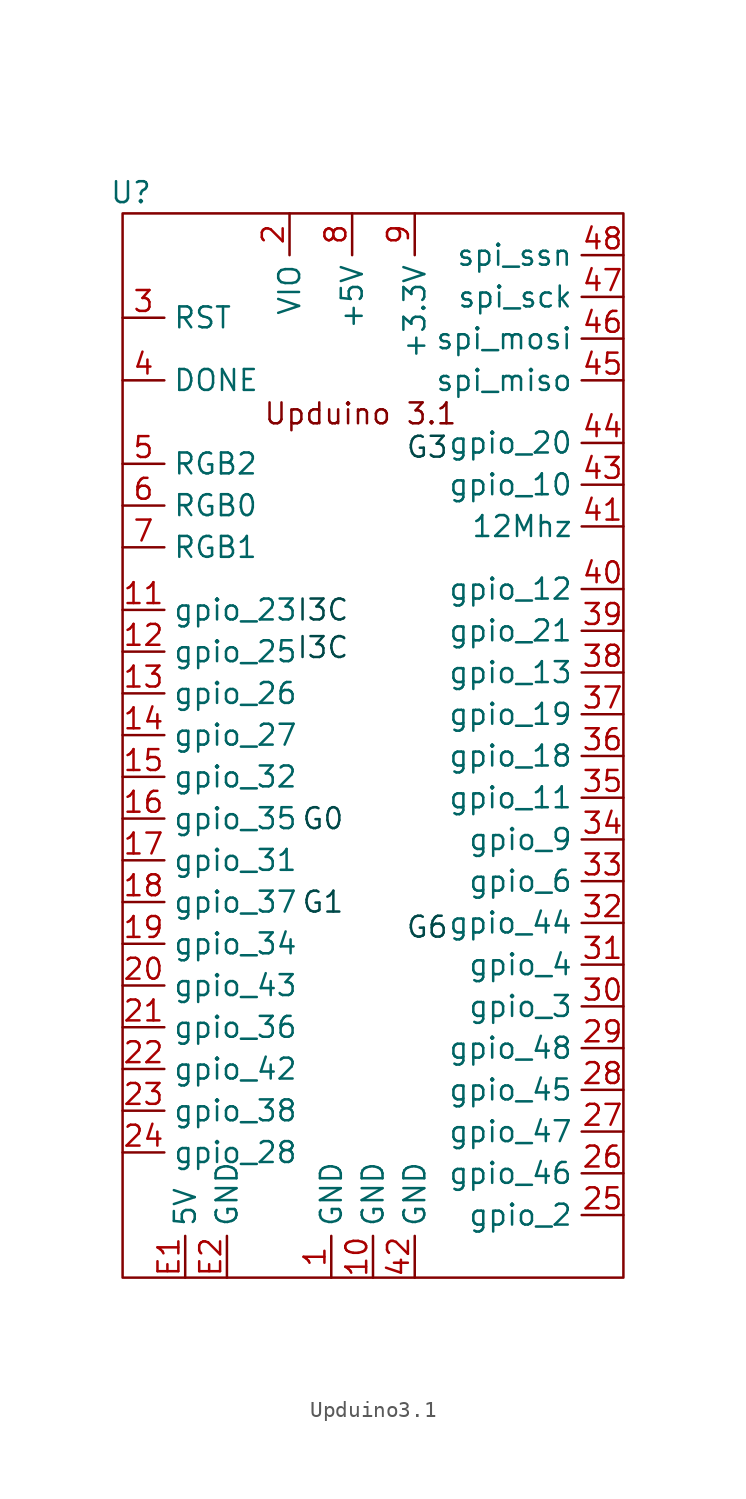
<source format=kicad_sym>
(kicad_symbol_lib
  (version 20231120)
  (generator "kicad_symbol_editor")
  (generator_version "8.0")
  (symbol "Upduino3.1"
    (property "Reference" "U"
      (at -14.732 30.48 0)
      (effects (font (size 1.27 1.27))))
    (property "Value" ""
      (at -6.35 26.67 0)
      (effects (font (size 1.27 1.27))))
    (symbol "Upduino3.1_0_1"
      (rectangle (start -15.24 29.21) (end 15.24 -35.56) (stroke (width 0) (type default)) (fill (type none))))
    (symbol "Upduino3.1_1_1"
      (text "G0" (at -3.048 -7.62 0) (effects (font (size 1.27 1.27) (color 0 72 72 1))))
      (text "G1" (at -3.048 -12.7 0) (effects (font (size 1.27 1.27) (color 0 72 72 1))))
      (text "G3" (at 3.302 14.986 0) (effects (font (size 1.27 1.27) (color 0 72 72 1))))
      (text "G6" (at 3.302 -14.224 0) (effects (font (size 1.27 1.27) (color 0 72 72 1))))
      (text "I3C" (at -3.048 2.794 0) (effects (font (size 1.27 1.27) (color 0 72 72 1))))
      (text "I3C" (at -3.048 5.08 0) (effects (font (size 1.27 1.27) (color 0 72 72 1))))
      (text "Upduino 3.1" (at -0.762 17.018 0) (effects (font (size 1.27 1.27))))
      (pin power_in line (at -2.54 -35.56 90) (length 2.54) (name "GND" (effects (font (size 1.27 1.27)))) (number "1" (effects (font (size 1.27 1.27)))))
      (pin power_in line (at 0 -35.56 90) (length 2.54) (name "GND" (effects (font (size 1.27 1.27)))) (number "10" (effects (font (size 1.27 1.27)))))
      (pin tri_state line (at -15.24 5.08 0) (length 2.54) (name "gpio_23" (effects (font (size 1.27 1.27)))) (number "11" (effects (font (size 1.27 1.27)))))
      (pin tri_state line (at -15.24 2.54 0) (length 2.54) (name "gpio_25" (effects (font (size 1.27 1.27)))) (number "12" (effects (font (size 1.27 1.27)))))
      (pin tri_state line (at -15.24 0 0) (length 2.54) (name "gpio_26" (effects (font (size 1.27 1.27)))) (number "13" (effects (font (size 1.27 1.27)))))
      (pin tri_state line (at -15.24 -2.54 0) (length 2.54) (name "gpio_27" (effects (font (size 1.27 1.27)))) (number "14" (effects (font (size 1.27 1.27)))))
      (pin tri_state line (at -15.24 -5.08 0) (length 2.54) (name "gpio_32" (effects (font (size 1.27 1.27)))) (number "15" (effects (font (size 1.27 1.27)))))
      (pin tri_state line (at -15.24 -7.62 0) (length 2.54) (name "gpio_35" (effects (font (size 1.27 1.27)))) (number "16" (effects (font (size 1.27 1.27)))))
      (pin tri_state line (at -15.24 -10.16 0) (length 2.54) (name "gpio_31" (effects (font (size 1.27 1.27)))) (number "17" (effects (font (size 1.27 1.27)))))
      (pin tri_state line (at -15.24 -12.7 0) (length 2.54) (name "gpio_37" (effects (font (size 1.27 1.27)))) (number "18" (effects (font (size 1.27 1.27)))))
      (pin tri_state line (at -15.24 -15.24 0) (length 2.54) (name "gpio_34" (effects (font (size 1.27 1.27)))) (number "19" (effects (font (size 1.27 1.27)))))
      (pin power_in line (at -5.08 29.21 270) (length 2.54) (name "VIO" (effects (font (size 1.27 1.27)))) (number "2" (effects (font (size 1.27 1.27)))))
      (pin tri_state line (at -15.24 -17.78 0) (length 2.54) (name "gpio_43" (effects (font (size 1.27 1.27)))) (number "20" (effects (font (size 1.27 1.27)))))
      (pin tri_state line (at -15.24 -20.32 0) (length 2.54) (name "gpio_36" (effects (font (size 1.27 1.27)))) (number "21" (effects (font (size 1.27 1.27)))))
      (pin tri_state line (at -15.24 -22.86 0) (length 2.54) (name "gpio_42" (effects (font (size 1.27 1.27)))) (number "22" (effects (font (size 1.27 1.27)))))
      (pin tri_state line (at -15.24 -25.4 0) (length 2.54) (name "gpio_38" (effects (font (size 1.27 1.27)))) (number "23" (effects (font (size 1.27 1.27)))))
      (pin tri_state line (at -15.24 -27.94 0) (length 2.54) (name "gpio_28" (effects (font (size 1.27 1.27)))) (number "24" (effects (font (size 1.27 1.27)))))
      (pin tri_state line (at 15.24 -31.75 180) (length 2.54) (name "gpio_2" (effects (font (size 1.27 1.27)))) (number "25" (effects (font (size 1.27 1.27)))))
      (pin tri_state line (at 15.24 -29.21 180) (length 2.54) (name "gpio_46" (effects (font (size 1.27 1.27)))) (number "26" (effects (font (size 1.27 1.27)))))
      (pin tri_state line (at 15.24 -26.67 180) (length 2.54) (name "gpio_47" (effects (font (size 1.27 1.27)))) (number "27" (effects (font (size 1.27 1.27)))))
      (pin tri_state line (at 15.24 -24.13 180) (length 2.54) (name "gpio_45" (effects (font (size 1.27 1.27)))) (number "28" (effects (font (size 1.27 1.27)))))
      (pin tri_state line (at 15.24 -21.59 180) (length 2.54) (name "gpio_48" (effects (font (size 1.27 1.27)))) (number "29" (effects (font (size 1.27 1.27)))))
      (pin input line (at -15.24 22.86 0) (length 2.54) (name "RST" (effects (font (size 1.27 1.27)))) (number "3" (effects (font (size 1.27 1.27)))))
      (pin tri_state line (at 15.24 -19.05 180) (length 2.54) (name "gpio_3" (effects (font (size 1.27 1.27)))) (number "30" (effects (font (size 1.27 1.27)))))
      (pin tri_state line (at 15.24 -16.51 180) (length 2.54) (name "gpio_4" (effects (font (size 1.27 1.27)))) (number "31" (effects (font (size 1.27 1.27)))))
      (pin tri_state line (at 15.24 -13.97 180) (length 2.54) (name "gpio_44" (effects (font (size 1.27 1.27)))) (number "32" (effects (font (size 1.27 1.27)))))
      (pin tri_state line (at 15.24 -11.43 180) (length 2.54) (name "gpio_6" (effects (font (size 1.27 1.27)))) (number "33" (effects (font (size 1.27 1.27)))))
      (pin tri_state line (at 15.24 -8.89 180) (length 2.54) (name "gpio_9" (effects (font (size 1.27 1.27)))) (number "34" (effects (font (size 1.27 1.27)))))
      (pin tri_state line (at 15.24 -6.35 180) (length 2.54) (name "gpio_11" (effects (font (size 1.27 1.27)))) (number "35" (effects (font (size 1.27 1.27)))))
      (pin tri_state line (at 15.24 -3.81 180) (length 2.54) (name "gpio_18" (effects (font (size 1.27 1.27)))) (number "36" (effects (font (size 1.27 1.27)))))
      (pin tri_state line (at 15.24 -1.27 180) (length 2.54) (name "gpio_19" (effects (font (size 1.27 1.27)))) (number "37" (effects (font (size 1.27 1.27)))))
      (pin tri_state line (at 15.24 1.27 180) (length 2.54) (name "gpio_13" (effects (font (size 1.27 1.27)))) (number "38" (effects (font (size 1.27 1.27)))))
      (pin tri_state line (at 15.24 3.81 180) (length 2.54) (name "gpio_21" (effects (font (size 1.27 1.27)))) (number "39" (effects (font (size 1.27 1.27)))))
      (pin output line (at -15.24 19.05 0) (length 2.54) (name "DONE" (effects (font (size 1.27 1.27)))) (number "4" (effects (font (size 1.27 1.27)))))
      (pin tri_state line (at 15.24 6.35 180) (length 2.54) (name "gpio_12" (effects (font (size 1.27 1.27)))) (number "40" (effects (font (size 1.27 1.27)))))
      (pin output line (at 15.24 10.16 180) (length 2.54) (name "12Mhz" (effects (font (size 1.27 1.27)))) (number "41" (effects (font (size 1.27 1.27)))))
      (pin power_in line (at 2.54 -35.56 90) (length 2.54) (name "GND" (effects (font (size 1.27 1.27)))) (number "42" (effects (font (size 1.27 1.27)))))
      (pin tri_state line (at 15.24 12.7 180) (length 2.54) (name "gpio_10" (effects (font (size 1.27 1.27)))) (number "43" (effects (font (size 1.27 1.27)))))
      (pin tri_state line (at 15.24 15.24 180) (length 2.54) (name "gpio_20" (effects (font (size 1.27 1.27)))) (number "44" (effects (font (size 1.27 1.27)))))
      (pin input line (at 15.24 19.05 180) (length 2.54) (name "spi_miso" (effects (font (size 1.27 1.27)))) (number "45" (effects (font (size 1.27 1.27)))))
      (pin output line (at 15.24 21.59 180) (length 2.54) (name "spi_mosi" (effects (font (size 1.27 1.27)))) (number "46" (effects (font (size 1.27 1.27)))))
      (pin output line (at 15.24 24.13 180) (length 2.54) (name "spi_sck" (effects (font (size 1.27 1.27)))) (number "47" (effects (font (size 1.27 1.27)))))
      (pin output line (at 15.24 26.67 180) (length 2.54) (name "spi_ssn" (effects (font (size 1.27 1.27)))) (number "48" (effects (font (size 1.27 1.27)))))
      (pin output line (at -15.24 13.97 0) (length 2.54) (name "RGB2" (effects (font (size 1.27 1.27)))) (number "5" (effects (font (size 1.27 1.27)))))
      (pin output line (at -15.24 11.43 0) (length 2.54) (name "RGB0" (effects (font (size 1.27 1.27)))) (number "6" (effects (font (size 1.27 1.27)))))
      (pin output line (at -15.24 8.89 0) (length 2.54) (name "RGB1" (effects (font (size 1.27 1.27)))) (number "7" (effects (font (size 1.27 1.27)))))
      (pin power_out line (at -1.27 29.21 270) (length 2.54) (name "+5V" (effects (font (size 1.27 1.27)))) (number "8" (effects (font (size 1.27 1.27)))))
      (pin power_out line (at 2.54 29.21 270) (length 2.54) (name "+3.3V" (effects (font (size 1.27 1.27)))) (number "9" (effects (font (size 1.27 1.27)))))
      (pin output line (at -11.43 -35.56 90) (length 2.54) (name "5V" (effects (font (size 1.27 1.27)))) (number "E1" (effects (font (size 1.27 1.27)))))
      (pin output line (at -8.89 -35.56 90) (length 2.54) (name "GND" (effects (font (size 1.27 1.27)))) (number "E2" (effects (font (size 1.27 1.27))))))))
</source>
